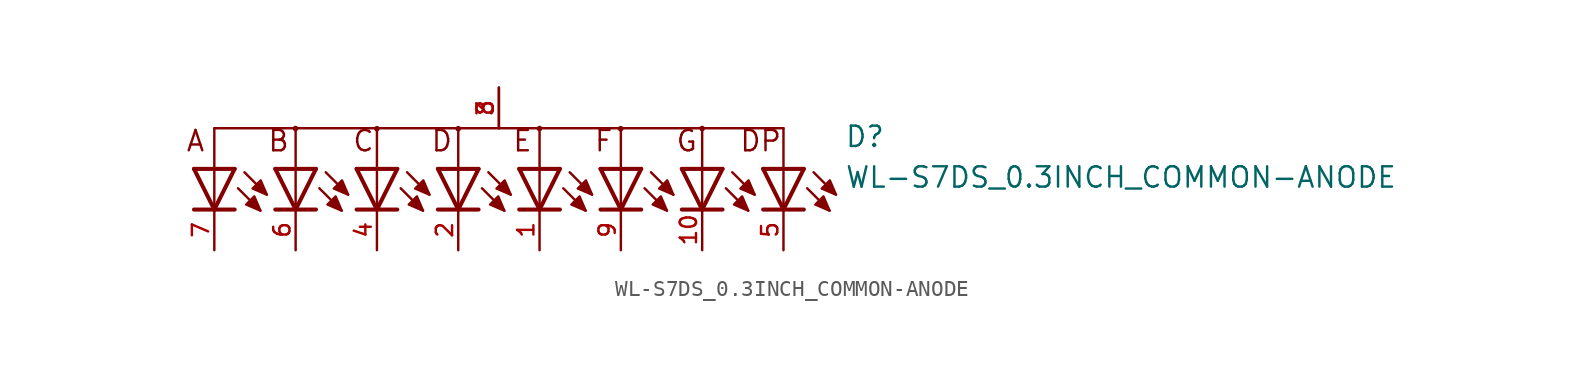
<source format=kicad_sym>
(kicad_symbol_lib
  (version 20211014)
  (generator kicad_symbol_editor)
  (symbol "WL-S7DS_0.3INCH_COMMON-ANODE"
    (pin_names
      (offset 1.016))
    (property "Reference" "D"
      (at 21.59 1.27 0)
      (effects (font (size 1.27 1.27)) (justify bottom left)))
    (property "Value" "WL-S7DS_0.3INCH_COMMON-ANODE"
      (at 21.59 -1.27 0)
      (effects (font (size 1.27 1.27)) (justify bottom left)))
    (symbol "WL-S7DS_0.3INCH_COMMON-ANODE_0_0"
      (text "A" (at -19.6 1.0 0) (effects (font (size 1.27 1.27)) (justify bottom left)))
      (text "B" (at -14.5 1.0 0) (effects (font (size 1.27 1.27)) (justify bottom left)))
      (text "C" (at -9.2 1.0 0) (effects (font (size 1.27 1.27)) (justify bottom left)))
      (text "D" (at -4.3 1.0 0) (effects (font (size 1.27 1.27)) (justify bottom left)))
      (text "E" (at 0.8 1.0 0) (effects (font (size 1.27 1.27)) (justify bottom left)))
      (text "F" (at 5.9 1.0 0) (effects (font (size 1.27 1.27)) (justify bottom left)))
      (text "G" (at 11.0 1.0 0) (effects (font (size 1.27 1.27)) (justify bottom left)))
      (text "DP" (at 14.986 1.0 0) (effects (font (size 1.27 1.27)) (justify bottom left)))
      (polyline (pts (xy -16.51 0.0) (xy -17.78 -2.54)) (stroke (width 0.254)))
      (polyline (pts (xy -17.78 -2.54) (xy -19.05 0.0)) (stroke (width 0.254)))
      (polyline (pts (xy -16.51 -2.54) (xy -19.05 -2.54)) (stroke (width 0.254)))
      (polyline (pts (xy -16.51 0.0) (xy -19.05 0.0)) (stroke (width 0.254)))
      (polyline (pts (xy -17.78 2.54) (xy -17.78 -2.54)) (stroke (width 0.152)))
      (polyline (pts (xy -16.298 -1.212) (xy -14.901 -2.609)) (stroke (width 0.152)))
      (polyline (pts (xy -15.898 -0.212) (xy -14.501 -1.609)) (stroke (width 0.152)))
      (polyline (pts (xy -11.43 0.0) (xy -12.7 -2.54)) (stroke (width 0.254)))
      (polyline (pts (xy -12.7 -2.54) (xy -13.97 0.0)) (stroke (width 0.254)))
      (polyline (pts (xy -11.43 -2.54) (xy -13.97 -2.54)) (stroke (width 0.254)))
      (polyline (pts (xy -11.43 0.0) (xy -12.7 0.0)) (stroke (width 0.254)))
      (polyline (pts (xy -12.7 0.0) (xy -13.97 0.0)) (stroke (width 0.254)))
      (polyline (pts (xy -12.7 2.54) (xy -12.7 -2.54)) (stroke (width 0.152)))
      (polyline (pts (xy -11.218 -1.212) (xy -9.821 -2.609)) (stroke (width 0.152)))
      (polyline (pts (xy -10.818 -0.212) (xy -9.421 -1.609)) (stroke (width 0.152)))
      (polyline (pts (xy -6.35 0.0) (xy -7.62 -2.54)) (stroke (width 0.254)))
      (polyline (pts (xy -7.62 -2.54) (xy -8.89 0.0)) (stroke (width 0.254)))
      (polyline (pts (xy -6.35 -2.54) (xy -8.89 -2.54)) (stroke (width 0.254)))
      (polyline (pts (xy -6.35 0.0) (xy -7.62 0.0)) (stroke (width 0.254)))
      (polyline (pts (xy -7.62 0.0) (xy -8.89 0.0)) (stroke (width 0.254)))
      (polyline (pts (xy -7.62 2.54) (xy -7.62 -2.54)) (stroke (width 0.152)))
      (polyline (pts (xy -6.138 -1.212) (xy -4.741 -2.609)) (stroke (width 0.152)))
      (polyline (pts (xy -5.738 -0.212) (xy -4.341 -1.609)) (stroke (width 0.152)))
      (polyline (pts (xy -1.27 0.0) (xy -2.54 -2.54)) (stroke (width 0.254)))
      (polyline (pts (xy -2.54 -2.54) (xy -3.81 0.0)) (stroke (width 0.254)))
      (polyline (pts (xy -1.27 -2.54) (xy -3.81 -2.54)) (stroke (width 0.254)))
      (polyline (pts (xy -1.27 0.0) (xy -2.54 0.0)) (stroke (width 0.254)))
      (polyline (pts (xy -2.54 0.0) (xy -3.81 0.0)) (stroke (width 0.254)))
      (polyline (pts (xy -2.54 2.54) (xy -2.54 -2.54)) (stroke (width 0.152)))
      (polyline (pts (xy -1.058 -1.212) (xy 0.339 -2.609)) (stroke (width 0.152)))
      (polyline (pts (xy -0.658 -0.212) (xy 0.739 -1.609)) (stroke (width 0.152)))
      (polyline (pts (xy 3.81 0.0) (xy 2.54 -2.54)) (stroke (width 0.254)))
      (polyline (pts (xy 2.54 -2.54) (xy 1.27 0.0)) (stroke (width 0.254)))
      (polyline (pts (xy 3.81 -2.54) (xy 1.27 -2.54)) (stroke (width 0.254)))
      (polyline (pts (xy 3.81 0.0) (xy 2.54 0.0)) (stroke (width 0.254)))
      (polyline (pts (xy 2.54 0.0) (xy 1.27 0.0)) (stroke (width 0.254)))
      (polyline (pts (xy 2.54 2.54) (xy 2.54 -2.54)) (stroke (width 0.152)))
      (polyline (pts (xy 4.022 -1.212) (xy 5.419 -2.609)) (stroke (width 0.152)))
      (polyline (pts (xy 4.422 -0.212) (xy 5.819 -1.609)) (stroke (width 0.152)))
      (polyline (pts (xy 8.89 0.0) (xy 7.62 -2.54)) (stroke (width 0.254)))
      (polyline (pts (xy 7.62 -2.54) (xy 6.35 0.0)) (stroke (width 0.254)))
      (polyline (pts (xy 8.89 -2.54) (xy 6.35 -2.54)) (stroke (width 0.254)))
      (polyline (pts (xy 8.89 0.0) (xy 7.62 0.0)) (stroke (width 0.254)))
      (polyline (pts (xy 7.62 0.0) (xy 6.35 0.0)) (stroke (width 0.254)))
      (polyline (pts (xy 7.62 2.54) (xy 7.62 -2.54)) (stroke (width 0.152)))
      (polyline (pts (xy 9.102 -1.212) (xy 10.499 -2.609)) (stroke (width 0.152)))
      (polyline (pts (xy 9.502 -0.212) (xy 10.899 -1.609)) (stroke (width 0.152)))
      (polyline (pts (xy 13.97 0.0) (xy 12.7 -2.54)) (stroke (width 0.254)))
      (polyline (pts (xy 12.7 -2.54) (xy 11.43 0.0)) (stroke (width 0.254)))
      (polyline (pts (xy 13.97 -2.54) (xy 11.43 -2.54)) (stroke (width 0.254)))
      (polyline (pts (xy 13.97 0.0) (xy 12.7 0.0)) (stroke (width 0.254)))
      (polyline (pts (xy 12.7 0.0) (xy 11.43 0.0)) (stroke (width 0.254)))
      (polyline (pts (xy 12.7 2.54) (xy 12.7 -2.54)) (stroke (width 0.152)))
      (polyline (pts (xy 14.182 -1.212) (xy 15.579 -2.609)) (stroke (width 0.152)))
      (polyline (pts (xy 14.582 -0.212) (xy 15.979 -1.609)) (stroke (width 0.152)))
      (polyline (pts (xy 19.05 0.0) (xy 17.78 -2.54)) (stroke (width 0.254)))
      (polyline (pts (xy 17.78 -2.54) (xy 16.51 0.0)) (stroke (width 0.254)))
      (polyline (pts (xy 19.05 -2.54) (xy 16.51 -2.54)) (stroke (width 0.254)))
      (polyline (pts (xy 19.05 0.0) (xy 17.78 0.0)) (stroke (width 0.254)))
      (polyline (pts (xy 17.78 0.0) (xy 16.51 0.0)) (stroke (width 0.254)))
      (polyline (pts (xy 17.78 2.54) (xy 17.78 -2.54)) (stroke (width 0.152)))
      (polyline (pts (xy 19.262 -1.212) (xy 20.659 -2.609)) (stroke (width 0.152)))
      (polyline (pts (xy 19.662 -0.212) (xy 21.059 -1.609)) (stroke (width 0.152)))
      (polyline (pts (xy -17.78 2.54) (xy 17.78 2.54)) (stroke (width 0.152)))
      (polyline (pts (xy -14.901 -2.609) (xy -15.79 -2.228) (xy -15.282 -1.72) (xy -14.901 -2.609)) (stroke (width 0.152)) (fill (type outline)))
      (polyline (pts (xy -14.501 -1.609) (xy -15.39 -1.228) (xy -14.882 -0.72) (xy -14.501 -1.609)) (stroke (width 0.152)) (fill (type outline)))
      (polyline (pts (xy -9.821 -2.609) (xy -10.71 -2.228) (xy -10.202 -1.72) (xy -9.821 -2.609)) (stroke (width 0.152)) (fill (type outline)))
      (polyline (pts (xy -9.421 -1.609) (xy -10.31 -1.228) (xy -9.802 -0.72) (xy -9.421 -1.609)) (stroke (width 0.152)) (fill (type outline)))
      (polyline (pts (xy -4.741 -2.609) (xy -5.63 -2.228) (xy -5.122 -1.72) (xy -4.741 -2.609)) (stroke (width 0.152)) (fill (type outline)))
      (polyline (pts (xy -4.341 -1.609) (xy -5.23 -1.228) (xy -4.722 -0.72) (xy -4.341 -1.609)) (stroke (width 0.152)) (fill (type outline)))
      (polyline (pts (xy 0.339 -2.609) (xy -0.55 -2.228) (xy -0.042 -1.72) (xy 0.339 -2.609)) (stroke (width 0.152)) (fill (type outline)))
      (polyline (pts (xy 0.739 -1.609) (xy -0.15 -1.228) (xy 0.358 -0.72) (xy 0.739 -1.609)) (stroke (width 0.152)) (fill (type outline)))
      (polyline (pts (xy 5.419 -2.609) (xy 4.53 -2.228) (xy 5.038 -1.72) (xy 5.419 -2.609)) (stroke (width 0.152)) (fill (type outline)))
      (polyline (pts (xy 5.819 -1.609) (xy 4.93 -1.228) (xy 5.438 -0.72) (xy 5.819 -1.609)) (stroke (width 0.152)) (fill (type outline)))
      (polyline (pts (xy 10.499 -2.609) (xy 9.61 -2.228) (xy 10.118 -1.72) (xy 10.499 -2.609)) (stroke (width 0.152)) (fill (type outline)))
      (polyline (pts (xy 10.899 -1.609) (xy 10.01 -1.228) (xy 10.518 -0.72) (xy 10.899 -1.609)) (stroke (width 0.152)) (fill (type outline)))
      (polyline (pts (xy 15.579 -2.609) (xy 14.69 -2.228) (xy 15.198 -1.72) (xy 15.579 -2.609)) (stroke (width 0.152)) (fill (type outline)))
      (polyline (pts (xy 15.979 -1.609) (xy 15.09 -1.228) (xy 15.598 -0.72) (xy 15.979 -1.609)) (stroke (width 0.152)) (fill (type outline)))
      (polyline (pts (xy 20.659 -2.609) (xy 19.77 -2.228) (xy 20.278 -1.72) (xy 20.659 -2.609)) (stroke (width 0.152)) (fill (type outline)))
      (polyline (pts (xy 21.059 -1.609) (xy 20.17 -1.228) (xy 20.678 -0.72) (xy 21.059 -1.609)) (stroke (width 0.152)) (fill (type outline)))
      (circle (center -12.71 2.52) (radius 0.1) (stroke (width 0.152)) (fill (type none)))
      (circle (center -7.62 2.51) (radius 0.1) (stroke (width 0.152)) (fill (type none)))
      (circle (center -2.54 2.51) (radius 0.1) (stroke (width 0.152)) (fill (type none)))
      (circle (center 2.54 2.52) (radius 0.1) (stroke (width 0.152)) (fill (type none)))
      (circle (center 7.61 2.51) (radius 0.1) (stroke (width 0.152)) (fill (type none)))
      (circle (center 12.7 2.52) (radius 0.1) (stroke (width 0.152)) (fill (type none)))
      (pin passive line (at -17.78 -5.08 90.0) (length 2.54) (name "~" (effects (font (size 1.016 1.016)))) (number "7" (effects (font (size 1.016 1.016)))))
      (pin passive line (at 0.0 5.08 270.0) (length 2.54) (name "~" (effects (font (size 1.016 1.016)))) (number "3" (effects (font (size 1.016 1.016)))))
      (pin passive line (at -12.7 -5.08 90.0) (length 2.54) (name "~" (effects (font (size 1.016 1.016)))) (number "6" (effects (font (size 1.016 1.016)))))
      (pin passive line (at -7.62 -5.08 90.0) (length 2.54) (name "~" (effects (font (size 1.016 1.016)))) (number "4" (effects (font (size 1.016 1.016)))))
      (pin passive line (at -2.54 -5.08 90.0) (length 2.54) (name "~" (effects (font (size 1.016 1.016)))) (number "2" (effects (font (size 1.016 1.016)))))
      (pin passive line (at 2.54 -5.08 90.0) (length 2.54) (name "~" (effects (font (size 1.016 1.016)))) (number "1" (effects (font (size 1.016 1.016)))))
      (pin passive line (at 7.62 -5.08 90.0) (length 2.54) (name "~" (effects (font (size 1.016 1.016)))) (number "9" (effects (font (size 1.016 1.016)))))
      (pin passive line (at 12.7 -5.08 90.0) (length 2.54) (name "~" (effects (font (size 1.016 1.016)))) (number "10" (effects (font (size 1.016 1.016)))))
      (pin passive line (at 17.78 -5.08 90.0) (length 2.54) (name "~" (effects (font (size 1.016 1.016)))) (number "5" (effects (font (size 1.016 1.016)))))
      (pin passive line (at 0.0 5.08 270.0) (length 2.54) (name "~" (effects (font (size 1.016 1.016)))) (number "8" (effects (font (size 1.016 1.016))))))))
</source>
